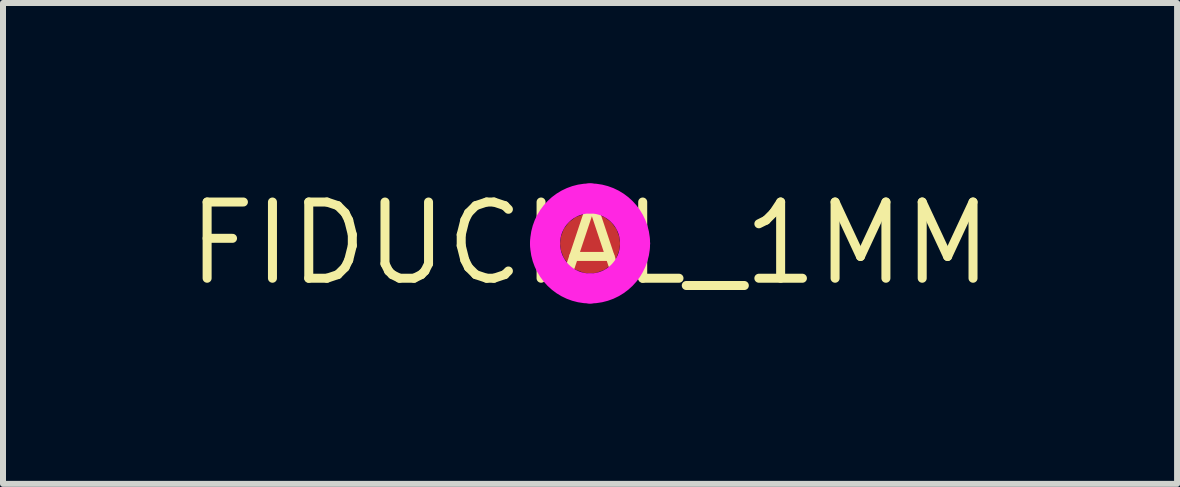
<source format=kicad_pcb>
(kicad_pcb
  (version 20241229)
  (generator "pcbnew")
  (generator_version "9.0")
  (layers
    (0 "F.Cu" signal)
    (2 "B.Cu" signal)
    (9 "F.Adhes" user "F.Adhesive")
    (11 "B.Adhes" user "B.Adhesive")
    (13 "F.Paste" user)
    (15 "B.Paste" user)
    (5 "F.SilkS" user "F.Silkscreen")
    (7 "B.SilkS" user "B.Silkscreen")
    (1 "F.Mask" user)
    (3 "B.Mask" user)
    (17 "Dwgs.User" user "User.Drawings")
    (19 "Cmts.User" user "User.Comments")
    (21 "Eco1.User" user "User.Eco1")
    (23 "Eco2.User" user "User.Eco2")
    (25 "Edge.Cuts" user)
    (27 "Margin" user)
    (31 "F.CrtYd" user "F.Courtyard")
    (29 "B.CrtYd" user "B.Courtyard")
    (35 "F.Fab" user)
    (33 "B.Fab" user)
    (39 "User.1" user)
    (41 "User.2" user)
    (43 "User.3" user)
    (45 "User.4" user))
  (footprint "FIDUCIAL_1MM"
    (layer "F.Cu")
    (at 6.781 1.006)
    (property "Reference" "FIDUCIAL_1MM" (at 0 0 0) (layer "F.SilkS") (effects (font (size 1.27 1.27) (thickness 0.15))))
    (fp_arc (start -0.75 0) (mid -0.53033 -0.53033) (end 0 -0.75) (stroke (width 0.5) (type solid)) (layer "F.Mask"))
    (fp_arc (start 0 -0.75) (mid 0.53033 -0.53033) (end 0.75 0) (stroke (width 0.5) (type solid)) (layer "F.Mask"))
    (fp_arc (start 0 0.75) (mid -0.53033 0.53033) (end -0.75 0) (stroke (width 0.5) (type solid)) (layer "F.Mask"))
    (fp_arc (start 0.75 0) (mid 0.53033 0.53033) (end 0 0.75) (stroke (width 0.5) (type solid)) (layer "F.Mask"))
    (fp_arc (start -0.75 0) (mid -0.53033 -0.53033) (end 0 -0.75) (stroke (width 0.5) (type solid)) (layer "F.CrtYd"))
    (fp_arc (start 0 -0.75) (mid 0.53033 -0.53033) (end 0.75 0) (stroke (width 0.5) (type solid)) (layer "F.CrtYd"))
    (fp_arc (start 0 0.75) (mid -0.53033 0.53033) (end -0.75 0) (stroke (width 0.5) (type solid)) (layer "F.CrtYd"))
    (fp_arc (start 0.75 0) (mid 0.53033 0.53033) (end 0 0.75) (stroke (width 0.5) (type solid)) (layer "F.CrtYd"))
    (pad "1" smd roundrect (at 0 0) (size 1 1) (layers "F.Cu" "F.Mask") (roundrect_rratio 0.5)))
  (gr_rect
    (start -3 -3)
    (end 16.561 5.012)
    (stroke (width 0.1) (type default))
    (fill no)
    (layer "Edge.Cuts")))
</source>
